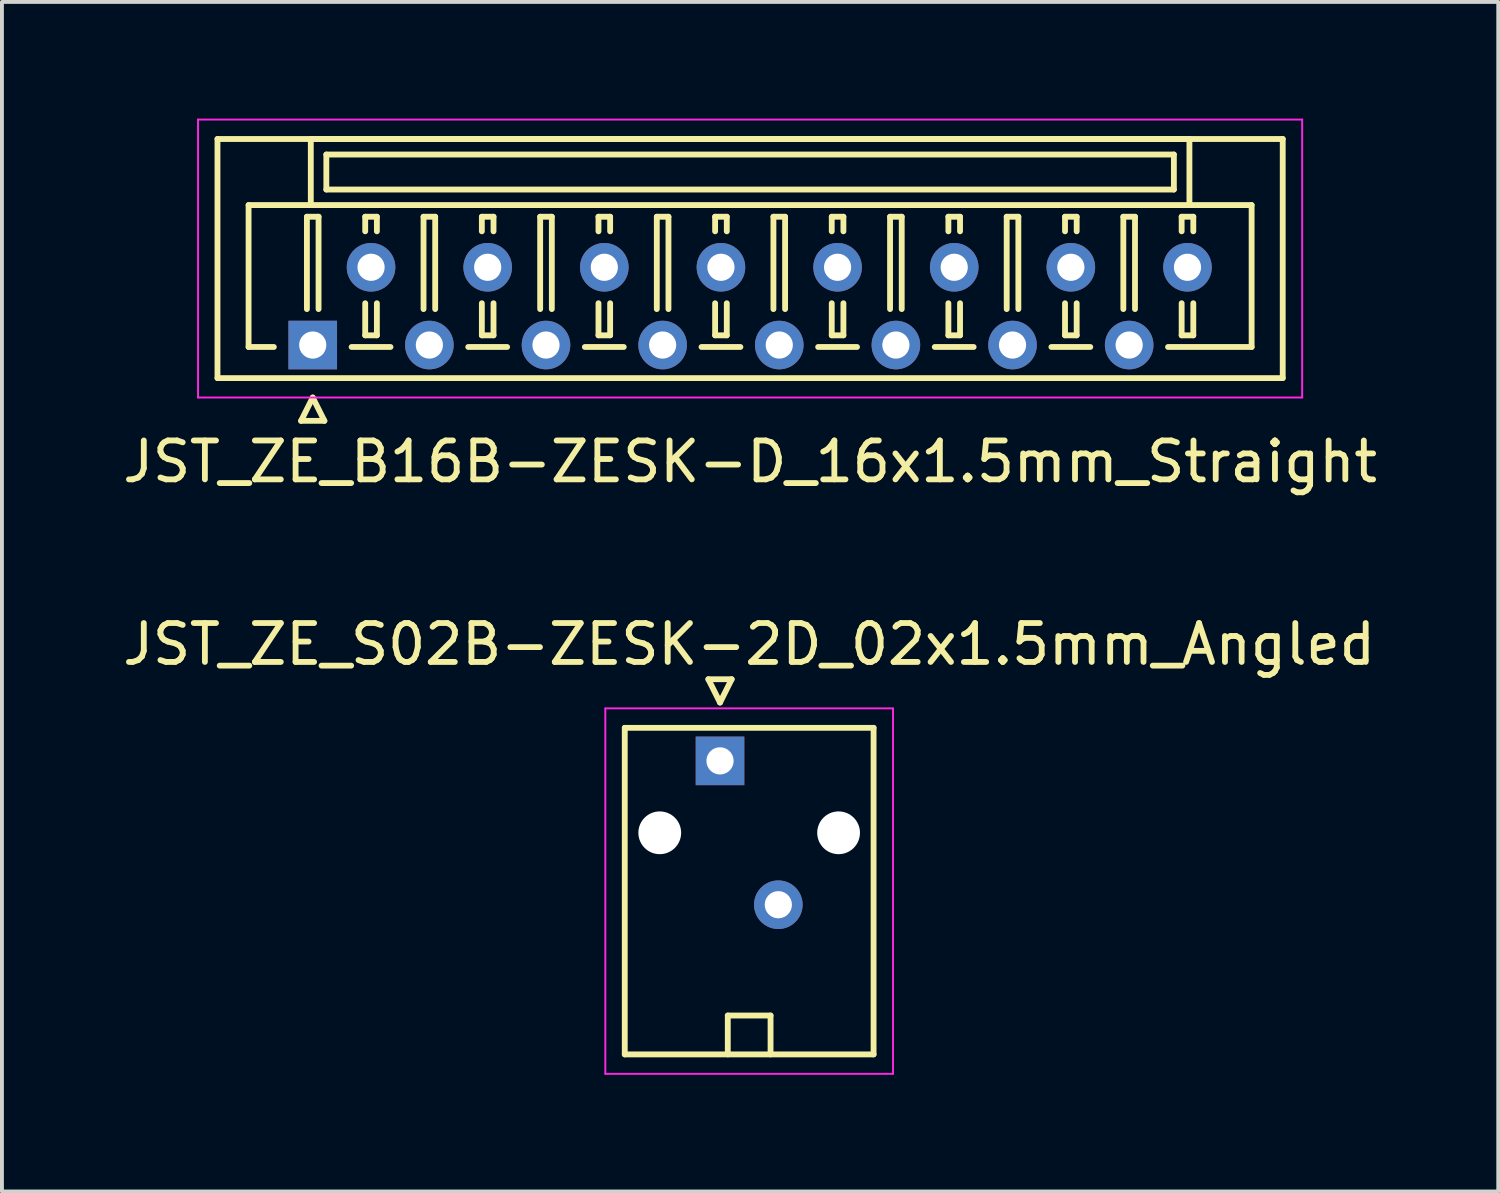
<source format=kicad_pcb>
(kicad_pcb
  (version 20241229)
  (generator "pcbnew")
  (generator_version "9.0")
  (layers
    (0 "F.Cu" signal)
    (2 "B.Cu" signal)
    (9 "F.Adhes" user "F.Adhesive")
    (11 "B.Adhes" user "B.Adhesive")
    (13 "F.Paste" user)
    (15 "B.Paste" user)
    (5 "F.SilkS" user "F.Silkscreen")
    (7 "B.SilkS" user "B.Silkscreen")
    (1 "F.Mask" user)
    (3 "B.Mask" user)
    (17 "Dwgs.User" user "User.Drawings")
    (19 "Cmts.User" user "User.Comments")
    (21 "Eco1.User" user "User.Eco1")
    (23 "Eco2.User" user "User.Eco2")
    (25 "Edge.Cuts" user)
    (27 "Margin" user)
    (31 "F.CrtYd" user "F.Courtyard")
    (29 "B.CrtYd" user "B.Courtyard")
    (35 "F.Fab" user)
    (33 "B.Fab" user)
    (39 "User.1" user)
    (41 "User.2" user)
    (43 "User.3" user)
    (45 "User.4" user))
  (footprint "JST_ZE_S02B-ZESK-2D_02x1.5mm_Angled"
    (layer "F.Cu")
    (at 15.47 16.521)
    (property "Reference" "JST_ZE_S02B-ZESK-2D_02x1.5mm_Angled" (at 0.75 -3 0) (layer "F.SilkS") (effects (font (size 1 1) (thickness 0.15))))
    (attr through_hole)
    (fp_line (start -2.45 -0.85) (end -2.45 7.55) (stroke (width 0.15) (type solid)) (layer "F.SilkS"))
    (fp_line (start -2.45 7.55) (end 3.95 7.55) (stroke (width 0.15) (type solid)) (layer "F.SilkS"))
    (fp_line (start -0.3 -2.1) (end 0.3 -2.1) (stroke (width 0.15) (type solid)) (layer "F.SilkS"))
    (fp_line (start 0 -1.5) (end -0.3 -2.1) (stroke (width 0.15) (type solid)) (layer "F.SilkS"))
    (fp_line (start 0.2 6.55) (end 1.3 6.55) (stroke (width 0.15) (type solid)) (layer "F.SilkS"))
    (fp_line (start 0.2 7.55) (end 0.2 6.55) (stroke (width 0.15) (type solid)) (layer "F.SilkS"))
    (fp_line (start 0.3 -2.1) (end 0 -1.5) (stroke (width 0.15) (type solid)) (layer "F.SilkS"))
    (fp_line (start 1.3 6.55) (end 1.3 7.55) (stroke (width 0.15) (type solid)) (layer "F.SilkS"))
    (fp_line (start 3.95 -0.85) (end -2.45 -0.85) (stroke (width 0.15) (type solid)) (layer "F.SilkS"))
    (fp_line (start 3.95 7.55) (end 3.95 -0.85) (stroke (width 0.15) (type solid)) (layer "F.SilkS"))
    (fp_line (start -2.95 -1.35) (end -2.95 8.05) (stroke (width 0.05) (type solid)) (layer "F.CrtYd"))
    (fp_line (start -2.95 8.05) (end 4.45 8.05) (stroke (width 0.05) (type solid)) (layer "F.CrtYd"))
    (fp_line (start 4.45 -1.35) (end -2.95 -1.35) (stroke (width 0.05) (type solid)) (layer "F.CrtYd"))
    (fp_line (start 4.45 8.05) (end 4.45 -1.35) (stroke (width 0.05) (type solid)) (layer "F.CrtYd"))
    (pad "" np_thru_hole circle (at -1.55 1.85) (size 1.1 1.1) (drill 1.1) (layers "*.Cu"))
    (pad "" np_thru_hole circle (at 3.05 1.85) (size 1.1 1.1) (drill 1.1) (layers "*.Cu"))
    (pad "1" thru_hole rect (at 0 0) (size 1.25 1.25) (drill 0.7) (layers "*.Cu" "*.Mask"))
    (pad "2" thru_hole circle (at 1.5 3.7) (size 1.25 1.25) (drill 0.7) (layers "*.Cu" "*.Mask")))
  (footprint "JST_ZE_B16B-ZESK-D_16x1.5mm_Straight"
    (layer "F.Cu")
    (at 4.994 5.825)
    (property "Reference" "JST_ZE_B16B-ZESK-D_16x1.5mm_Straight" (at 11.25 3 0) (layer "F.SilkS") (effects (font (size 1 1) (thickness 0.15))))
    (attr through_hole)
    (fp_line (start -2.45 -5.3) (end -2.45 0.85) (stroke (width 0.15) (type solid)) (layer "F.SilkS"))
    (fp_line (start -2.45 0.85) (end 24.95 0.85) (stroke (width 0.15) (type solid)) (layer "F.SilkS"))
    (fp_line (start -1.65 -3.6) (end -1.65 0.05) (stroke (width 0.15) (type solid)) (layer "F.SilkS"))
    (fp_line (start -1.65 0.05) (end -1 0.05) (stroke (width 0.15) (type solid)) (layer "F.SilkS"))
    (fp_line (start -0.3 1.95) (end 0 1.35) (stroke (width 0.15) (type solid)) (layer "F.SilkS"))
    (fp_line (start -0.15 -3.3) (end 0.15 -3.3) (stroke (width 0.15) (type solid)) (layer "F.SilkS"))
    (fp_line (start -0.15 -0.925) (end -0.15 -3.3) (stroke (width 0.15) (type solid)) (layer "F.SilkS"))
    (fp_line (start -0.05 -5.3) (end -0.05 -3.6) (stroke (width 0.15) (type solid)) (layer "F.SilkS"))
    (fp_line (start -0.05 -3.6) (end -1.65 -3.6) (stroke (width 0.15) (type solid)) (layer "F.SilkS"))
    (fp_line (start -0.05 -3.6) (end 22.55 -3.6) (stroke (width 0.15) (type solid)) (layer "F.SilkS"))
    (fp_line (start 0 1.35) (end 0.3 1.95) (stroke (width 0.15) (type solid)) (layer "F.SilkS"))
    (fp_line (start 0.15 -3.3) (end 0.15 -0.925) (stroke (width 0.15) (type solid)) (layer "F.SilkS"))
    (fp_line (start 0.3 1.95) (end -0.3 1.95) (stroke (width 0.15) (type solid)) (layer "F.SilkS"))
    (fp_line (start 0.35 -4.9) (end 0.35 -4) (stroke (width 0.15) (type solid)) (layer "F.SilkS"))
    (fp_line (start 0.35 -4) (end 22.15 -4) (stroke (width 0.15) (type solid)) (layer "F.SilkS"))
    (fp_line (start 1 0.05) (end 2 0.05) (stroke (width 0.15) (type solid)) (layer "F.SilkS"))
    (fp_line (start 1.35 -3.3) (end 1.65 -3.3) (stroke (width 0.15) (type solid)) (layer "F.SilkS"))
    (fp_line (start 1.35 -2.925) (end 1.35 -3.3) (stroke (width 0.15) (type solid)) (layer "F.SilkS"))
    (fp_line (start 1.35 -1.075) (end 1.35 -0.25) (stroke (width 0.15) (type solid)) (layer "F.SilkS"))
    (fp_line (start 1.35 -0.25) (end 1.65 -0.25) (stroke (width 0.15) (type solid)) (layer "F.SilkS"))
    (fp_line (start 1.65 -3.3) (end 1.65 -2.925) (stroke (width 0.15) (type solid)) (layer "F.SilkS"))
    (fp_line (start 1.65 -0.25) (end 1.65 -1.075) (stroke (width 0.15) (type solid)) (layer "F.SilkS"))
    (fp_line (start 2.85 -3.3) (end 3.15 -3.3) (stroke (width 0.15) (type solid)) (layer "F.SilkS"))
    (fp_line (start 2.85 -0.925) (end 2.85 -3.3) (stroke (width 0.15) (type solid)) (layer "F.SilkS"))
    (fp_line (start 3.15 -3.3) (end 3.15 -0.925) (stroke (width 0.15) (type solid)) (layer "F.SilkS"))
    (fp_line (start 4 0.05) (end 5 0.05) (stroke (width 0.15) (type solid)) (layer "F.SilkS"))
    (fp_line (start 4.35 -3.3) (end 4.65 -3.3) (stroke (width 0.15) (type solid)) (layer "F.SilkS"))
    (fp_line (start 4.35 -2.925) (end 4.35 -3.3) (stroke (width 0.15) (type solid)) (layer "F.SilkS"))
    (fp_line (start 4.35 -1.075) (end 4.35 -0.25) (stroke (width 0.15) (type solid)) (layer "F.SilkS"))
    (fp_line (start 4.35 -0.25) (end 4.65 -0.25) (stroke (width 0.15) (type solid)) (layer "F.SilkS"))
    (fp_line (start 4.65 -3.3) (end 4.65 -2.925) (stroke (width 0.15) (type solid)) (layer "F.SilkS"))
    (fp_line (start 4.65 -0.25) (end 4.65 -1.075) (stroke (width 0.15) (type solid)) (layer "F.SilkS"))
    (fp_line (start 5.85 -3.3) (end 6.15 -3.3) (stroke (width 0.15) (type solid)) (layer "F.SilkS"))
    (fp_line (start 5.85 -0.925) (end 5.85 -3.3) (stroke (width 0.15) (type solid)) (layer "F.SilkS"))
    (fp_line (start 6.15 -3.3) (end 6.15 -0.925) (stroke (width 0.15) (type solid)) (layer "F.SilkS"))
    (fp_line (start 7 0.05) (end 8 0.05) (stroke (width 0.15) (type solid)) (layer "F.SilkS"))
    (fp_line (start 7.35 -3.3) (end 7.65 -3.3) (stroke (width 0.15) (type solid)) (layer "F.SilkS"))
    (fp_line (start 7.35 -2.925) (end 7.35 -3.3) (stroke (width 0.15) (type solid)) (layer "F.SilkS"))
    (fp_line (start 7.35 -1.075) (end 7.35 -0.25) (stroke (width 0.15) (type solid)) (layer "F.SilkS"))
    (fp_line (start 7.35 -0.25) (end 7.65 -0.25) (stroke (width 0.15) (type solid)) (layer "F.SilkS"))
    (fp_line (start 7.65 -3.3) (end 7.65 -2.925) (stroke (width 0.15) (type solid)) (layer "F.SilkS"))
    (fp_line (start 7.65 -0.25) (end 7.65 -1.075) (stroke (width 0.15) (type solid)) (layer "F.SilkS"))
    (fp_line (start 8.85 -3.3) (end 9.15 -3.3) (stroke (width 0.15) (type solid)) (layer "F.SilkS"))
    (fp_line (start 8.85 -0.925) (end 8.85 -3.3) (stroke (width 0.15) (type solid)) (layer "F.SilkS"))
    (fp_line (start 9.15 -3.3) (end 9.15 -0.925) (stroke (width 0.15) (type solid)) (layer "F.SilkS"))
    (fp_line (start 10 0.05) (end 11 0.05) (stroke (width 0.15) (type solid)) (layer "F.SilkS"))
    (fp_line (start 10.35 -3.3) (end 10.65 -3.3) (stroke (width 0.15) (type solid)) (layer "F.SilkS"))
    (fp_line (start 10.35 -2.925) (end 10.35 -3.3) (stroke (width 0.15) (type solid)) (layer "F.SilkS"))
    (fp_line (start 10.35 -1.075) (end 10.35 -0.25) (stroke (width 0.15) (type solid)) (layer "F.SilkS"))
    (fp_line (start 10.35 -0.25) (end 10.65 -0.25) (stroke (width 0.15) (type solid)) (layer "F.SilkS"))
    (fp_line (start 10.65 -3.3) (end 10.65 -2.925) (stroke (width 0.15) (type solid)) (layer "F.SilkS"))
    (fp_line (start 10.65 -0.25) (end 10.65 -1.075) (stroke (width 0.15) (type solid)) (layer "F.SilkS"))
    (fp_line (start 11.85 -3.3) (end 12.15 -3.3) (stroke (width 0.15) (type solid)) (layer "F.SilkS"))
    (fp_line (start 11.85 -0.925) (end 11.85 -3.3) (stroke (width 0.15) (type solid)) (layer "F.SilkS"))
    (fp_line (start 12.15 -3.3) (end 12.15 -0.925) (stroke (width 0.15) (type solid)) (layer "F.SilkS"))
    (fp_line (start 13 0.05) (end 14 0.05) (stroke (width 0.15) (type solid)) (layer "F.SilkS"))
    (fp_line (start 13.35 -3.3) (end 13.65 -3.3) (stroke (width 0.15) (type solid)) (layer "F.SilkS"))
    (fp_line (start 13.35 -2.925) (end 13.35 -3.3) (stroke (width 0.15) (type solid)) (layer "F.SilkS"))
    (fp_line (start 13.35 -1.075) (end 13.35 -0.25) (stroke (width 0.15) (type solid)) (layer "F.SilkS"))
    (fp_line (start 13.35 -0.25) (end 13.65 -0.25) (stroke (width 0.15) (type solid)) (layer "F.SilkS"))
    (fp_line (start 13.65 -3.3) (end 13.65 -2.925) (stroke (width 0.15) (type solid)) (layer "F.SilkS"))
    (fp_line (start 13.65 -0.25) (end 13.65 -1.075) (stroke (width 0.15) (type solid)) (layer "F.SilkS"))
    (fp_line (start 14.85 -3.3) (end 15.15 -3.3) (stroke (width 0.15) (type solid)) (layer "F.SilkS"))
    (fp_line (start 14.85 -0.925) (end 14.85 -3.3) (stroke (width 0.15) (type solid)) (layer "F.SilkS"))
    (fp_line (start 15.15 -3.3) (end 15.15 -0.925) (stroke (width 0.15) (type solid)) (layer "F.SilkS"))
    (fp_line (start 16 0.05) (end 17 0.05) (stroke (width 0.15) (type solid)) (layer "F.SilkS"))
    (fp_line (start 16.35 -3.3) (end 16.65 -3.3) (stroke (width 0.15) (type solid)) (layer "F.SilkS"))
    (fp_line (start 16.35 -2.925) (end 16.35 -3.3) (stroke (width 0.15) (type solid)) (layer "F.SilkS"))
    (fp_line (start 16.35 -1.075) (end 16.35 -0.25) (stroke (width 0.15) (type solid)) (layer "F.SilkS"))
    (fp_line (start 16.35 -0.25) (end 16.65 -0.25) (stroke (width 0.15) (type solid)) (layer "F.SilkS"))
    (fp_line (start 16.65 -3.3) (end 16.65 -2.925) (stroke (width 0.15) (type solid)) (layer "F.SilkS"))
    (fp_line (start 16.65 -0.25) (end 16.65 -1.075) (stroke (width 0.15) (type solid)) (layer "F.SilkS"))
    (fp_line (start 17.85 -3.3) (end 18.15 -3.3) (stroke (width 0.15) (type solid)) (layer "F.SilkS"))
    (fp_line (start 17.85 -0.925) (end 17.85 -3.3) (stroke (width 0.15) (type solid)) (layer "F.SilkS"))
    (fp_line (start 18.15 -3.3) (end 18.15 -0.925) (stroke (width 0.15) (type solid)) (layer "F.SilkS"))
    (fp_line (start 19 0.05) (end 20 0.05) (stroke (width 0.15) (type solid)) (layer "F.SilkS"))
    (fp_line (start 19.35 -3.3) (end 19.65 -3.3) (stroke (width 0.15) (type solid)) (layer "F.SilkS"))
    (fp_line (start 19.35 -2.925) (end 19.35 -3.3) (stroke (width 0.15) (type solid)) (layer "F.SilkS"))
    (fp_line (start 19.35 -1.075) (end 19.35 -0.25) (stroke (width 0.15) (type solid)) (layer "F.SilkS"))
    (fp_line (start 19.35 -0.25) (end 19.65 -0.25) (stroke (width 0.15) (type solid)) (layer "F.SilkS"))
    (fp_line (start 19.65 -3.3) (end 19.65 -2.925) (stroke (width 0.15) (type solid)) (layer "F.SilkS"))
    (fp_line (start 19.65 -0.25) (end 19.65 -1.075) (stroke (width 0.15) (type solid)) (layer "F.SilkS"))
    (fp_line (start 20.85 -3.3) (end 21.15 -3.3) (stroke (width 0.15) (type solid)) (layer "F.SilkS"))
    (fp_line (start 20.85 -0.925) (end 20.85 -3.3) (stroke (width 0.15) (type solid)) (layer "F.SilkS"))
    (fp_line (start 21.15 -3.3) (end 21.15 -0.925) (stroke (width 0.15) (type solid)) (layer "F.SilkS"))
    (fp_line (start 22.15 -4.9) (end 0.35 -4.9) (stroke (width 0.15) (type solid)) (layer "F.SilkS"))
    (fp_line (start 22.15 -4) (end 22.15 -4.9) (stroke (width 0.15) (type solid)) (layer "F.SilkS"))
    (fp_line (start 22.35 -3.3) (end 22.65 -3.3) (stroke (width 0.15) (type solid)) (layer "F.SilkS"))
    (fp_line (start 22.35 -2.925) (end 22.35 -3.3) (stroke (width 0.15) (type solid)) (layer "F.SilkS"))
    (fp_line (start 22.35 -1.075) (end 22.35 -0.25) (stroke (width 0.15) (type solid)) (layer "F.SilkS"))
    (fp_line (start 22.35 -0.25) (end 22.65 -0.25) (stroke (width 0.15) (type solid)) (layer "F.SilkS"))
    (fp_line (start 22.55 -5.3) (end -0.05 -5.3) (stroke (width 0.15) (type solid)) (layer "F.SilkS"))
    (fp_line (start 22.55 -3.6) (end 22.55 -5.3) (stroke (width 0.15) (type solid)) (layer "F.SilkS"))
    (fp_line (start 22.55 -3.6) (end 24.15 -3.6) (stroke (width 0.15) (type solid)) (layer "F.SilkS"))
    (fp_line (start 22.65 -3.3) (end 22.65 -2.925) (stroke (width 0.15) (type solid)) (layer "F.SilkS"))
    (fp_line (start 22.65 -0.25) (end 22.65 -1.075) (stroke (width 0.15) (type solid)) (layer "F.SilkS"))
    (fp_line (start 24.15 -3.6) (end 24.15 0.05) (stroke (width 0.15) (type solid)) (layer "F.SilkS"))
    (fp_line (start 24.15 0.05) (end 22 0.05) (stroke (width 0.15) (type solid)) (layer "F.SilkS"))
    (fp_line (start 24.95 -5.3) (end -2.45 -5.3) (stroke (width 0.15) (type solid)) (layer "F.SilkS"))
    (fp_line (start 24.95 0.85) (end 24.95 -5.3) (stroke (width 0.15) (type solid)) (layer "F.SilkS"))
    (fp_line (start -2.95 -5.8) (end -2.95 1.35) (stroke (width 0.05) (type solid)) (layer "F.CrtYd"))
    (fp_line (start -2.95 1.35) (end 25.45 1.35) (stroke (width 0.05) (type solid)) (layer "F.CrtYd"))
    (fp_line (start 25.45 -5.8) (end -2.95 -5.8) (stroke (width 0.05) (type solid)) (layer "F.CrtYd"))
    (fp_line (start 25.45 1.35) (end 25.45 -5.8) (stroke (width 0.05) (type solid)) (layer "F.CrtYd"))
    (pad "1" thru_hole rect (at 0 0) (size 1.25 1.25) (drill 0.7) (layers "*.Cu" "*.Mask"))
    (pad "2" thru_hole circle (at 1.5 -2) (size 1.25 1.25) (drill 0.7) (layers "*.Cu" "*.Mask"))
    (pad "3" thru_hole circle (at 3 0) (size 1.25 1.25) (drill 0.7) (layers "*.Cu" "*.Mask"))
    (pad "4" thru_hole circle (at 4.5 -2) (size 1.25 1.25) (drill 0.7) (layers "*.Cu" "*.Mask"))
    (pad "5" thru_hole circle (at 6 0) (size 1.25 1.25) (drill 0.7) (layers "*.Cu" "*.Mask"))
    (pad "6" thru_hole circle (at 7.5 -2) (size 1.25 1.25) (drill 0.7) (layers "*.Cu" "*.Mask"))
    (pad "7" thru_hole circle (at 9 0) (size 1.25 1.25) (drill 0.7) (layers "*.Cu" "*.Mask"))
    (pad "8" thru_hole circle (at 10.5 -2) (size 1.25 1.25) (drill 0.7) (layers "*.Cu" "*.Mask"))
    (pad "9" thru_hole circle (at 12 0) (size 1.25 1.25) (drill 0.7) (layers "*.Cu" "*.Mask"))
    (pad "10" thru_hole circle (at 13.5 -2) (size 1.25 1.25) (drill 0.7) (layers "*.Cu" "*.Mask"))
    (pad "11" thru_hole circle (at 15 0) (size 1.25 1.25) (drill 0.7) (layers "*.Cu" "*.Mask"))
    (pad "12" thru_hole circle (at 16.5 -2) (size 1.25 1.25) (drill 0.7) (layers "*.Cu" "*.Mask"))
    (pad "13" thru_hole circle (at 18 0) (size 1.25 1.25) (drill 0.7) (layers "*.Cu" "*.Mask"))
    (pad "14" thru_hole circle (at 19.5 -2) (size 1.25 1.25) (drill 0.7) (layers "*.Cu" "*.Mask"))
    (pad "15" thru_hole circle (at 21 0) (size 1.25 1.25) (drill 0.7) (layers "*.Cu" "*.Mask"))
    (pad "16" thru_hole circle (at 22.5 -2) (size 1.25 1.25) (drill 0.7) (layers "*.Cu" "*.Mask")))
  (gr_rect
    (start -3 -3)
    (end 35.488 27.596)
    (stroke (width 0.1) (type default))
    (fill no)
    (layer "Edge.Cuts")))
</source>
